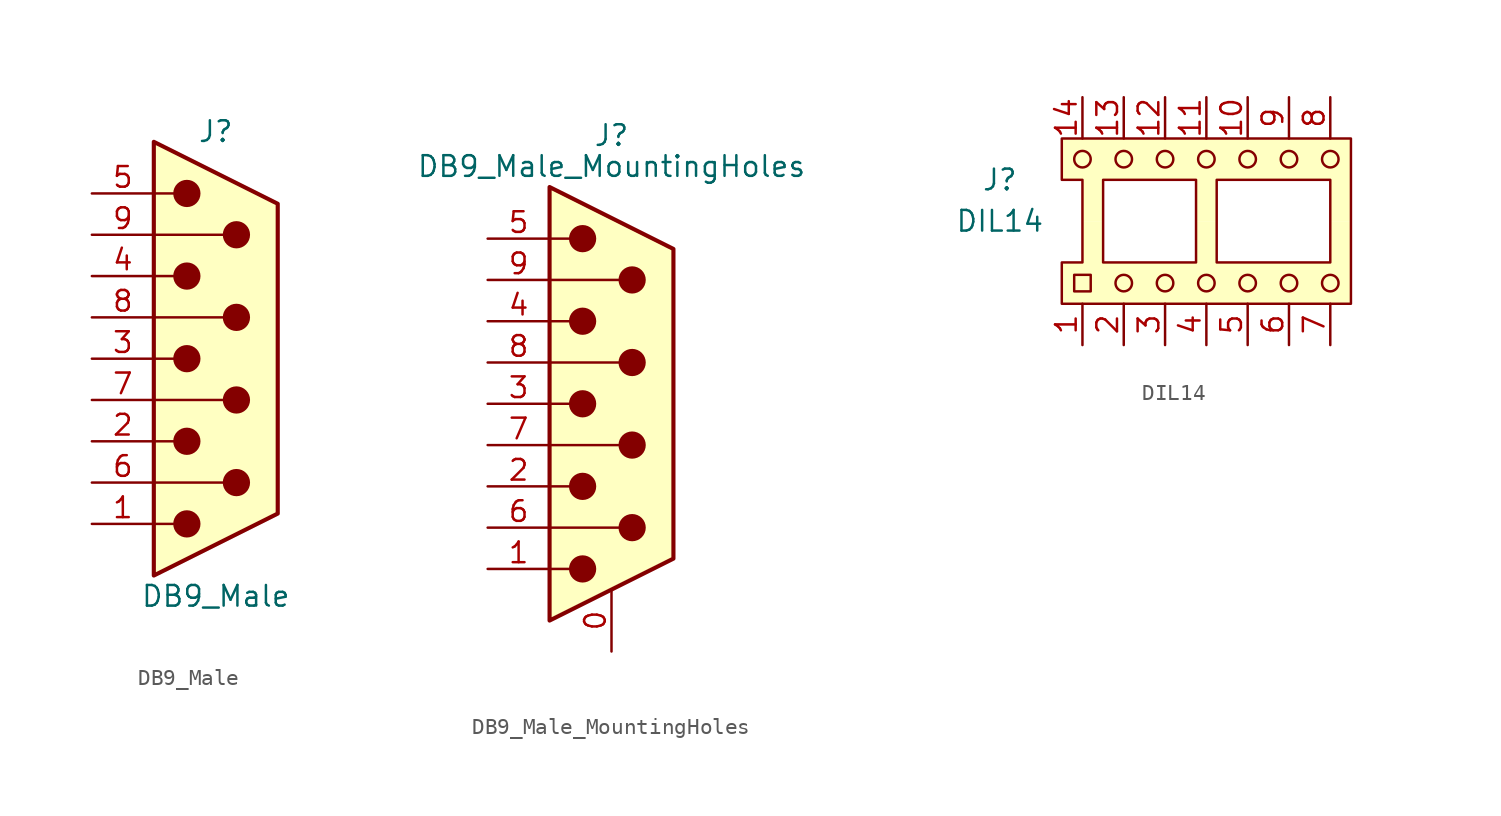
<source format=kicad_sym>
(kicad_symbol_lib
  (version 20220914)
  (generator kicad_symbol_editor)
  (symbol "DB9_Male"
    (pin_names
      (offset 1.016) hide)
    (property "Reference" "J"
      (at 0 13.97 0)
      (effects (font (size 1.27 1.27))))
    (property "Value" "DB9_Male"
      (at 0 -14.605 0)
      (effects (font (size 1.27 1.27))))
    (symbol "DB9_Male_0_1"
      (circle (center -1.778 -10.16) (radius 0.762) (stroke (width 0) (type default)) (fill (type outline)))
      (circle (center -1.778 -5.08) (radius 0.762) (stroke (width 0) (type default)) (fill (type outline)))
      (circle (center -1.778 0) (radius 0.762) (stroke (width 0) (type default)) (fill (type outline)))
      (circle (center -1.778 5.08) (radius 0.762) (stroke (width 0) (type default)) (fill (type outline)))
      (circle (center -1.778 10.16) (radius 0.762) (stroke (width 0) (type default)) (fill (type outline)))
      (polyline (pts (xy -3.81 -10.16) (xy -2.54 -10.16)) (stroke (width 0) (type default)) (fill (type none)))
      (polyline (pts (xy -3.81 -7.62) (xy 0.508 -7.62)) (stroke (width 0) (type default)) (fill (type none)))
      (polyline (pts (xy -3.81 -5.08) (xy -2.54 -5.08)) (stroke (width 0) (type default)) (fill (type none)))
      (polyline (pts (xy -3.81 -2.54) (xy 0.508 -2.54)) (stroke (width 0) (type default)) (fill (type none)))
      (polyline (pts (xy -3.81 0) (xy -2.54 0)) (stroke (width 0) (type default)) (fill (type none)))
      (polyline (pts (xy -3.81 2.54) (xy 0.508 2.54)) (stroke (width 0) (type default)) (fill (type none)))
      (polyline (pts (xy -3.81 5.08) (xy -2.54 5.08)) (stroke (width 0) (type default)) (fill (type none)))
      (polyline (pts (xy -3.81 7.62) (xy 0.508 7.62)) (stroke (width 0) (type default)) (fill (type none)))
      (polyline (pts (xy -3.81 10.16) (xy -2.54 10.16)) (stroke (width 0) (type default)) (fill (type none)))
      (polyline (pts (xy -3.81 -13.335) (xy -3.81 13.335) (xy 3.81 9.525) (xy 3.81 -9.525) (xy -3.81 -13.335)) (stroke (width 0.254) (type default)) (fill (type background)))
      (circle (center 1.27 -7.62) (radius 0.762) (stroke (width 0) (type default)) (fill (type outline)))
      (circle (center 1.27 -2.54) (radius 0.762) (stroke (width 0) (type default)) (fill (type outline)))
      (circle (center 1.27 2.54) (radius 0.762) (stroke (width 0) (type default)) (fill (type outline)))
      (circle (center 1.27 7.62) (radius 0.762) (stroke (width 0) (type default)) (fill (type outline))))
    (symbol "DB9_Male_1_1"
      (pin passive line (at -7.62 -10.16 0) (length 3.81) (name "1" (effects (font (size 1.27 1.27)))) (number "1" (effects (font (size 1.27 1.27)))))
      (pin passive line (at -7.62 -5.08 0) (length 3.81) (name "2" (effects (font (size 1.27 1.27)))) (number "2" (effects (font (size 1.27 1.27)))))
      (pin passive line (at -7.62 0 0) (length 3.81) (name "3" (effects (font (size 1.27 1.27)))) (number "3" (effects (font (size 1.27 1.27)))))
      (pin passive line (at -7.62 5.08 0) (length 3.81) (name "4" (effects (font (size 1.27 1.27)))) (number "4" (effects (font (size 1.27 1.27)))))
      (pin passive line (at -7.62 10.16 0) (length 3.81) (name "5" (effects (font (size 1.27 1.27)))) (number "5" (effects (font (size 1.27 1.27)))))
      (pin passive line (at -7.62 -7.62 0) (length 3.81) (name "6" (effects (font (size 1.27 1.27)))) (number "6" (effects (font (size 1.27 1.27)))))
      (pin passive line (at -7.62 -2.54 0) (length 3.81) (name "7" (effects (font (size 1.27 1.27)))) (number "7" (effects (font (size 1.27 1.27)))))
      (pin passive line (at -7.62 2.54 0) (length 3.81) (name "8" (effects (font (size 1.27 1.27)))) (number "8" (effects (font (size 1.27 1.27)))))
      (pin passive line (at -7.62 7.62 0) (length 3.81) (name "9" (effects (font (size 1.27 1.27)))) (number "9" (effects (font (size 1.27 1.27)))))))
  (symbol "DB9_Male_MountingHoles"
    (pin_names
      (offset 1.016) hide)
    (property "Reference" "J"
      (at 0 16.51 0)
      (effects (font (size 1.27 1.27))))
    (property "Value" "DB9_Male_MountingHoles"
      (at 0 14.605 0)
      (effects (font (size 1.27 1.27))))
    (symbol "DB9_Male_MountingHoles_0_1"
      (circle (center -1.778 -10.16) (radius 0.762) (stroke (width 0) (type default)) (fill (type outline)))
      (circle (center -1.778 -5.08) (radius 0.762) (stroke (width 0) (type default)) (fill (type outline)))
      (circle (center -1.778 0) (radius 0.762) (stroke (width 0) (type default)) (fill (type outline)))
      (circle (center -1.778 5.08) (radius 0.762) (stroke (width 0) (type default)) (fill (type outline)))
      (circle (center -1.778 10.16) (radius 0.762) (stroke (width 0) (type default)) (fill (type outline)))
      (polyline (pts (xy -3.81 -10.16) (xy -2.54 -10.16)) (stroke (width 0) (type default)) (fill (type none)))
      (polyline (pts (xy -3.81 -7.62) (xy 0.508 -7.62)) (stroke (width 0) (type default)) (fill (type none)))
      (polyline (pts (xy -3.81 -5.08) (xy -2.54 -5.08)) (stroke (width 0) (type default)) (fill (type none)))
      (polyline (pts (xy -3.81 -2.54) (xy 0.508 -2.54)) (stroke (width 0) (type default)) (fill (type none)))
      (polyline (pts (xy -3.81 0) (xy -2.54 0)) (stroke (width 0) (type default)) (fill (type none)))
      (polyline (pts (xy -3.81 2.54) (xy 0.508 2.54)) (stroke (width 0) (type default)) (fill (type none)))
      (polyline (pts (xy -3.81 5.08) (xy -2.54 5.08)) (stroke (width 0) (type default)) (fill (type none)))
      (polyline (pts (xy -3.81 7.62) (xy 0.508 7.62)) (stroke (width 0) (type default)) (fill (type none)))
      (polyline (pts (xy -3.81 10.16) (xy -2.54 10.16)) (stroke (width 0) (type default)) (fill (type none)))
      (polyline (pts (xy -3.81 -13.335) (xy -3.81 13.335) (xy 3.81 9.525) (xy 3.81 -9.525) (xy -3.81 -13.335)) (stroke (width 0.254) (type default)) (fill (type background)))
      (circle (center 1.27 -7.62) (radius 0.762) (stroke (width 0) (type default)) (fill (type outline)))
      (circle (center 1.27 -2.54) (radius 0.762) (stroke (width 0) (type default)) (fill (type outline)))
      (circle (center 1.27 2.54) (radius 0.762) (stroke (width 0) (type default)) (fill (type outline)))
      (circle (center 1.27 7.62) (radius 0.762) (stroke (width 0) (type default)) (fill (type outline))))
    (symbol "DB9_Male_MountingHoles_1_1"
      (pin passive line (at 0 -15.24 90) (length 3.81) (name "PAD" (effects (font (size 1.27 1.27)))) (number "0" (effects (font (size 1.27 1.27)))))
      (pin passive line (at -7.62 -10.16 0) (length 3.81) (name "1" (effects (font (size 1.27 1.27)))) (number "1" (effects (font (size 1.27 1.27)))))
      (pin passive line (at -7.62 -5.08 0) (length 3.81) (name "2" (effects (font (size 1.27 1.27)))) (number "2" (effects (font (size 1.27 1.27)))))
      (pin passive line (at -7.62 0 0) (length 3.81) (name "3" (effects (font (size 1.27 1.27)))) (number "3" (effects (font (size 1.27 1.27)))))
      (pin passive line (at -7.62 5.08 0) (length 3.81) (name "4" (effects (font (size 1.27 1.27)))) (number "4" (effects (font (size 1.27 1.27)))))
      (pin passive line (at -7.62 10.16 0) (length 3.81) (name "5" (effects (font (size 1.27 1.27)))) (number "5" (effects (font (size 1.27 1.27)))))
      (pin passive line (at -7.62 -7.62 0) (length 3.81) (name "6" (effects (font (size 1.27 1.27)))) (number "6" (effects (font (size 1.27 1.27)))))
      (pin passive line (at -7.62 -2.54 0) (length 3.81) (name "7" (effects (font (size 1.27 1.27)))) (number "7" (effects (font (size 1.27 1.27)))))
      (pin passive line (at -7.62 2.54 0) (length 3.81) (name "8" (effects (font (size 1.27 1.27)))) (number "8" (effects (font (size 1.27 1.27)))))
      (pin passive line (at -7.62 7.62 0) (length 3.81) (name "9" (effects (font (size 1.27 1.27)))) (number "9" (effects (font (size 1.27 1.27)))))))
  (symbol "DIL14"
    (pin_names hide)
    (property "Reference" "J"
      (at -12.7 2.54 0)
      (effects (font (size 1.27 1.27))))
    (property "Value" "DIL14"
      (at -12.7 0 0)
      (effects (font (size 1.27 1.27))))
    (symbol "DIL14_0_0"
      (pin passive line (at -7.62 -7.62 90) (length 2.54) (name "~" (effects (font (size 1.27 1.27)))) (number "1" (effects (font (size 1.27 1.27)))))
      (pin passive line (at 2.54 7.62 270) (length 2.54) (name "~" (effects (font (size 1.27 1.27)))) (number "10" (effects (font (size 1.27 1.27)))))
      (pin passive line (at 0 7.62 270) (length 2.54) (name "~" (effects (font (size 1.27 1.27)))) (number "11" (effects (font (size 1.27 1.27)))))
      (pin passive line (at -2.54 7.62 270) (length 2.54) (name "~" (effects (font (size 1.27 1.27)))) (number "12" (effects (font (size 1.27 1.27)))))
      (pin passive line (at -5.08 7.62 270) (length 2.54) (name "~" (effects (font (size 1.27 1.27)))) (number "13" (effects (font (size 1.27 1.27)))))
      (pin passive line (at -7.62 7.62 270) (length 2.54) (name "~" (effects (font (size 1.27 1.27)))) (number "14" (effects (font (size 1.27 1.27)))))
      (pin passive line (at -5.08 -7.62 90) (length 2.54) (name "~" (effects (font (size 1.27 1.27)))) (number "2" (effects (font (size 1.27 1.27)))))
      (pin passive line (at -2.54 -7.62 90) (length 2.54) (name "~" (effects (font (size 1.27 1.27)))) (number "3" (effects (font (size 1.27 1.27)))))
      (pin passive line (at 0 -7.62 90) (length 2.54) (name "~" (effects (font (size 1.27 1.27)))) (number "4" (effects (font (size 1.27 1.27)))))
      (pin passive line (at 2.54 -7.62 90) (length 2.54) (name "~" (effects (font (size 1.27 1.27)))) (number "5" (effects (font (size 1.27 1.27)))))
      (pin passive line (at 5.08 -7.62 90) (length 2.54) (name "~" (effects (font (size 1.27 1.27)))) (number "6" (effects (font (size 1.27 1.27)))))
      (pin passive line (at 7.62 -7.62 90) (length 2.54) (name "~" (effects (font (size 1.27 1.27)))) (number "7" (effects (font (size 1.27 1.27)))))
      (pin passive line (at 7.62 7.62 270) (length 2.54) (name "~" (effects (font (size 1.27 1.27)))) (number "8" (effects (font (size 1.27 1.27)))))
      (pin passive line (at 5.08 7.62 270) (length 2.54) (name "~" (effects (font (size 1.27 1.27)))) (number "9" (effects (font (size 1.27 1.27))))))
    (symbol "DIL14_0_1"
      (rectangle (start -8.128 -3.302) (end -7.112 -4.318) (stroke (width 0) (type default)) (fill (type none)))
      (circle (center -7.62 3.81) (radius 0.508) (stroke (width 0) (type default)) (fill (type none)))
      (rectangle (start -6.35 2.54) (end -0.635 -2.54) (stroke (width 0) (type default)) (fill (type none)))
      (circle (center -5.08 -3.81) (radius 0.508) (stroke (width 0) (type default)) (fill (type none)))
      (circle (center -5.08 3.81) (radius 0.508) (stroke (width 0) (type default)) (fill (type none)))
      (circle (center -2.54 -3.81) (radius 0.508) (stroke (width 0) (type default)) (fill (type none)))
      (circle (center -2.54 3.81) (radius 0.508) (stroke (width 0) (type default)) (fill (type none)))
      (circle (center 0 -3.81) (radius 0.508) (stroke (width 0) (type default)) (fill (type none)))
      (polyline (pts (xy 8.89 5.08) (xy -8.89 5.08) (xy -8.89 2.54) (xy -7.62 2.54) (xy -7.62 -2.54) (xy -8.89 -2.54) (xy -8.89 -5.08) (xy 8.89 -5.08) (xy 8.89 5.08)) (stroke (width 0) (type default)) (fill (type none)))
      (polyline (pts (xy -7.62 0) (xy -6.35 0) (xy -6.35 2.54) (xy -0.635 2.54) (xy -0.635 0) (xy 0.635 0) (xy 0.635 2.54) (xy 7.62 2.54) (xy 7.62 0) (xy 8.89 0) (xy 8.89 5.08) (xy -8.89 5.08) (xy -8.89 2.54) (xy -7.62 2.54) (xy -7.62 0)) (stroke (width -0.025) (type default)) (fill (type background)))
      (polyline (pts (xy -7.62 0) (xy -6.35 0) (xy -6.35 -2.54) (xy -0.635 -2.54) (xy -0.635 0) (xy 0.635 0) (xy 0.635 -2.54) (xy 7.62 -2.54) (xy 7.62 0) (xy 10.16 0) (xy 8.89 0) (xy 8.89 -5.08) (xy 11.43 -5.08) (xy -8.89 -5.08) (xy -8.89 -2.54) (xy -7.62 -2.54) (xy -7.62 0)) (stroke (width -0.025) (type default)) (fill (type background)))
      (circle (center 0 3.81) (radius 0.508) (stroke (width 0) (type default)) (fill (type none)))
      (rectangle (start 0.635 2.54) (end 7.62 -2.54) (stroke (width 0) (type default)) (fill (type none)))
      (circle (center 2.54 -3.81) (radius 0.508) (stroke (width 0) (type default)) (fill (type none)))
      (circle (center 2.54 3.81) (radius 0.508) (stroke (width 0) (type default)) (fill (type none)))
      (circle (center 5.08 -3.81) (radius 0.508) (stroke (width 0) (type default)) (fill (type none)))
      (circle (center 5.08 3.81) (radius 0.508) (stroke (width 0) (type default)) (fill (type none)))
      (circle (center 7.62 -3.81) (radius 0.508) (stroke (width 0) (type default)) (fill (type none)))
      (circle (center 7.62 3.81) (radius 0.508) (stroke (width 0) (type default)) (fill (type none))))))
</source>
